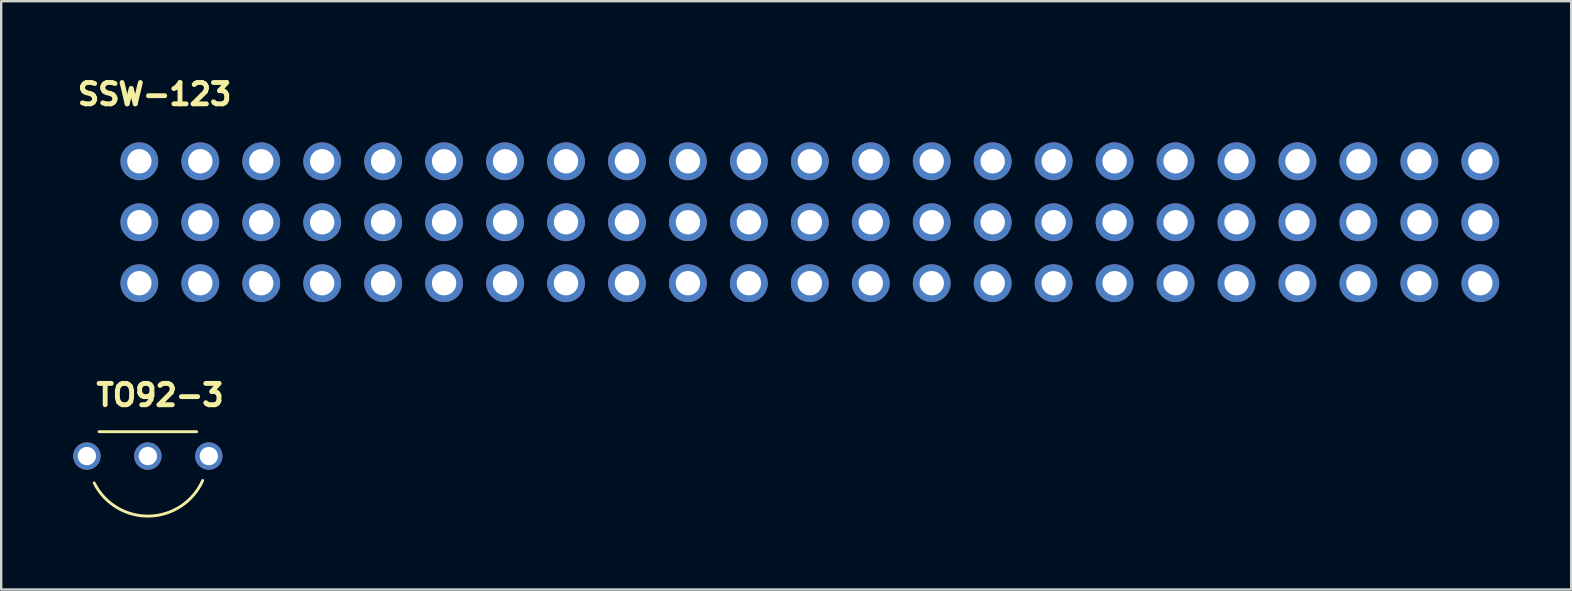
<source format=kicad_pcb>
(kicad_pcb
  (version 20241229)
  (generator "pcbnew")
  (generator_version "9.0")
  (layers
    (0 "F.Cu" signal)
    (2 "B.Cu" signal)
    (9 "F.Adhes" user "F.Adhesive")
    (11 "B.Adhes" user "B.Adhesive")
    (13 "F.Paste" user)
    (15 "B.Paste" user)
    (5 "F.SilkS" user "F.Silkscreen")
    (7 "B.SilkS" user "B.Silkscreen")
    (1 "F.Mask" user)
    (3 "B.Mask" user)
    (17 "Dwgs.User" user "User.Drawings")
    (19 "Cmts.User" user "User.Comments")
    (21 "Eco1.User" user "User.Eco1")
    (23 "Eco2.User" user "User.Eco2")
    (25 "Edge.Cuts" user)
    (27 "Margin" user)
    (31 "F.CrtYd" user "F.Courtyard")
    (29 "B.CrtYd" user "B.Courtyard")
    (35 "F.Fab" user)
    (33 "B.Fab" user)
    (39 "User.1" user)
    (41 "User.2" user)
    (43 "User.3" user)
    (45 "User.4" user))
  (footprint "TO92-3"
    (layer "F.Cu")
    (at 3.111 15.955)
    (property "Reference" "TO92-3" (at 0.508 -2.54 0) (layer "F.SilkS") (effects (font (size 0.889 0.889) (thickness 0.203))))
    (attr through_hole)
    (fp_line (start 2.032 -1.016) (end -2.032 -1.016) (stroke (width 0.12) (type solid)) (layer "F.SilkS"))
    (fp_arc (start 2.285999 1.016) (mid 0.056811 2.500964) (end -2.237507 1.118754) (stroke (width 0.12) (type solid)) (layer "F.SilkS"))
    (pad "1" thru_hole circle (at 2.54 0) (size 1.143 1.143) (drill 0.762) (layers "*.Cu" "*.Mask"))
    (pad "2" thru_hole circle (at 0 0) (size 1.143 1.143) (drill 0.762) (layers "*.Cu" "*.Mask"))
    (pad "3" thru_hole circle (at -2.54 0) (size 1.143 1.143) (drill 0.762) (layers "*.Cu" "*.Mask")))
  (footprint "SSW-123"
    (layer "F.Cu")
    (at 2.756 3.671)
    (property "Reference" "SSW-123" (at 0.635 -2.794 0) (layer "F.SilkS") (effects (font (size 0.889 0.889) (thickness 0.203))))
    (attr through_hole)
    (pad "1" thru_hole circle (at 0 5.08) (size 1.575 1.575) (drill 1.016) (layers "*.Cu" "*.Mask"))
    (pad "2" thru_hole circle (at 2.54 5.08) (size 1.575 1.575) (drill 1.016) (layers "*.Cu" "*.Mask"))
    (pad "3" thru_hole circle (at 5.08 5.08) (size 1.575 1.575) (drill 1.016) (layers "*.Cu" "*.Mask"))
    (pad "4" thru_hole circle (at 7.62 5.08) (size 1.575 1.575) (drill 1.016) (layers "*.Cu" "*.Mask"))
    (pad "5" thru_hole circle (at 10.16 5.08) (size 1.575 1.575) (drill 1.016) (layers "*.Cu" "*.Mask"))
    (pad "6" thru_hole circle (at 12.7 5.08) (size 1.575 1.575) (drill 1.016) (layers "*.Cu" "*.Mask"))
    (pad "7" thru_hole circle (at 15.24 5.08) (size 1.575 1.575) (drill 1.016) (layers "*.Cu" "*.Mask"))
    (pad "8" thru_hole circle (at 17.78 5.08) (size 1.575 1.575) (drill 1.016) (layers "*.Cu" "*.Mask"))
    (pad "9" thru_hole circle (at 20.32 5.08) (size 1.575 1.575) (drill 1.016) (layers "*.Cu" "*.Mask"))
    (pad "10" thru_hole circle (at 22.86 5.08) (size 1.575 1.575) (drill 1.016) (layers "*.Cu" "*.Mask"))
    (pad "11" thru_hole circle (at 25.4 5.08) (size 1.575 1.575) (drill 1.016) (layers "*.Cu" "*.Mask"))
    (pad "12" thru_hole circle (at 27.94 5.08) (size 1.575 1.575) (drill 1.016) (layers "*.Cu" "*.Mask"))
    (pad "13" thru_hole circle (at 30.48 5.08) (size 1.575 1.575) (drill 1.016) (layers "*.Cu" "*.Mask"))
    (pad "14" thru_hole circle (at 33.02 5.08) (size 1.575 1.575) (drill 1.016) (layers "*.Cu" "*.Mask"))
    (pad "15" thru_hole circle (at 35.56 5.08) (size 1.575 1.575) (drill 1.016) (layers "*.Cu" "*.Mask"))
    (pad "16" thru_hole circle (at 38.1 5.08) (size 1.575 1.575) (drill 1.016) (layers "*.Cu" "*.Mask"))
    (pad "17" thru_hole circle (at 40.64 5.08) (size 1.575 1.575) (drill 1.016) (layers "*.Cu" "*.Mask"))
    (pad "18" thru_hole circle (at 43.18 5.08) (size 1.575 1.575) (drill 1.016) (layers "*.Cu" "*.Mask"))
    (pad "19" thru_hole circle (at 45.72 5.08) (size 1.575 1.575) (drill 1.016) (layers "*.Cu" "*.Mask"))
    (pad "20" thru_hole circle (at 48.26 5.08) (size 1.575 1.575) (drill 1.016) (layers "*.Cu" "*.Mask"))
    (pad "21" thru_hole circle (at 50.8 5.08) (size 1.575 1.575) (drill 1.016) (layers "*.Cu" "*.Mask"))
    (pad "22" thru_hole circle (at 53.34 5.08) (size 1.575 1.575) (drill 1.016) (layers "*.Cu" "*.Mask"))
    (pad "23" thru_hole circle (at 55.88 5.08) (size 1.575 1.575) (drill 1.016) (layers "*.Cu" "*.Mask"))
    (pad "24" thru_hole circle (at 0 2.54) (size 1.575 1.575) (drill 1.016) (layers "*.Cu" "*.Mask"))
    (pad "25" thru_hole circle (at 2.54 2.54) (size 1.575 1.575) (drill 1.016) (layers "*.Cu" "*.Mask"))
    (pad "26" thru_hole circle (at 5.08 2.54) (size 1.575 1.575) (drill 1.016) (layers "*.Cu" "*.Mask"))
    (pad "27" thru_hole circle (at 7.62 2.54) (size 1.575 1.575) (drill 1.016) (layers "*.Cu" "*.Mask"))
    (pad "28" thru_hole circle (at 10.16 2.54) (size 1.575 1.575) (drill 1.016) (layers "*.Cu" "*.Mask"))
    (pad "29" thru_hole circle (at 12.7 2.54) (size 1.575 1.575) (drill 1.016) (layers "*.Cu" "*.Mask"))
    (pad "30" thru_hole circle (at 15.24 2.54) (size 1.575 1.575) (drill 1.016) (layers "*.Cu" "*.Mask"))
    (pad "31" thru_hole circle (at 17.78 2.54) (size 1.575 1.575) (drill 1.016) (layers "*.Cu" "*.Mask"))
    (pad "32" thru_hole circle (at 20.32 2.54) (size 1.575 1.575) (drill 1.016) (layers "*.Cu" "*.Mask"))
    (pad "33" thru_hole circle (at 22.86 2.54) (size 1.575 1.575) (drill 1.016) (layers "*.Cu" "*.Mask"))
    (pad "34" thru_hole circle (at 25.4 2.54) (size 1.575 1.575) (drill 1.016) (layers "*.Cu" "*.Mask"))
    (pad "35" thru_hole circle (at 27.94 2.54) (size 1.575 1.575) (drill 1.016) (layers "*.Cu" "*.Mask"))
    (pad "36" thru_hole circle (at 30.48 2.54) (size 1.575 1.575) (drill 1.016) (layers "*.Cu" "*.Mask"))
    (pad "37" thru_hole circle (at 33.02 2.54) (size 1.575 1.575) (drill 1.016) (layers "*.Cu" "*.Mask"))
    (pad "38" thru_hole circle (at 35.56 2.54) (size 1.575 1.575) (drill 1.016) (layers "*.Cu" "*.Mask"))
    (pad "39" thru_hole circle (at 38.1 2.54) (size 1.575 1.575) (drill 1.016) (layers "*.Cu" "*.Mask"))
    (pad "40" thru_hole circle (at 40.64 2.54) (size 1.575 1.575) (drill 1.016) (layers "*.Cu" "*.Mask"))
    (pad "41" thru_hole circle (at 43.18 2.54) (size 1.575 1.575) (drill 1.016) (layers "*.Cu" "*.Mask"))
    (pad "42" thru_hole circle (at 45.72 2.54) (size 1.575 1.575) (drill 1.016) (layers "*.Cu" "*.Mask"))
    (pad "43" thru_hole circle (at 48.26 2.54) (size 1.575 1.575) (drill 1.016) (layers "*.Cu" "*.Mask"))
    (pad "44" thru_hole circle (at 50.8 2.54) (size 1.575 1.575) (drill 1.016) (layers "*.Cu" "*.Mask"))
    (pad "45" thru_hole circle (at 53.34 2.54) (size 1.575 1.575) (drill 1.016) (layers "*.Cu" "*.Mask"))
    (pad "46" thru_hole circle (at 55.88 2.54) (size 1.575 1.575) (drill 1.016) (layers "*.Cu" "*.Mask"))
    (pad "47" thru_hole circle (at 0 0) (size 1.575 1.575) (drill 1.016) (layers "*.Cu" "*.Mask"))
    (pad "48" thru_hole circle (at 2.54 0) (size 1.575 1.575) (drill 1.016) (layers "*.Cu" "*.Mask"))
    (pad "49" thru_hole circle (at 5.08 0) (size 1.575 1.575) (drill 1.016) (layers "*.Cu" "*.Mask"))
    (pad "50" thru_hole circle (at 7.62 0) (size 1.575 1.575) (drill 1.016) (layers "*.Cu" "*.Mask"))
    (pad "51" thru_hole circle (at 10.16 0) (size 1.575 1.575) (drill 1.016) (layers "*.Cu" "*.Mask"))
    (pad "52" thru_hole circle (at 12.7 0) (size 1.575 1.575) (drill 1.016) (layers "*.Cu" "*.Mask"))
    (pad "53" thru_hole circle (at 15.24 0) (size 1.575 1.575) (drill 1.016) (layers "*.Cu" "*.Mask"))
    (pad "54" thru_hole circle (at 17.78 0) (size 1.575 1.575) (drill 1.016) (layers "*.Cu" "*.Mask"))
    (pad "55" thru_hole circle (at 20.32 0) (size 1.575 1.575) (drill 1.016) (layers "*.Cu" "*.Mask"))
    (pad "56" thru_hole circle (at 22.86 0) (size 1.575 1.575) (drill 1.016) (layers "*.Cu" "*.Mask"))
    (pad "57" thru_hole circle (at 25.4 0) (size 1.575 1.575) (drill 1.016) (layers "*.Cu" "*.Mask"))
    (pad "58" thru_hole circle (at 27.94 0) (size 1.575 1.575) (drill 1.016) (layers "*.Cu" "*.Mask"))
    (pad "59" thru_hole circle (at 30.48 0) (size 1.575 1.575) (drill 1.016) (layers "*.Cu" "*.Mask"))
    (pad "60" thru_hole circle (at 33.02 0) (size 1.575 1.575) (drill 1.016) (layers "*.Cu" "*.Mask"))
    (pad "61" thru_hole circle (at 35.56 0) (size 1.575 1.575) (drill 1.016) (layers "*.Cu" "*.Mask"))
    (pad "62" thru_hole circle (at 38.1 0) (size 1.575 1.575) (drill 1.016) (layers "*.Cu" "*.Mask"))
    (pad "63" thru_hole circle (at 40.64 0) (size 1.575 1.575) (drill 1.016) (layers "*.Cu" "*.Mask"))
    (pad "64" thru_hole circle (at 43.18 0) (size 1.575 1.575) (drill 1.016) (layers "*.Cu" "*.Mask"))
    (pad "65" thru_hole circle (at 45.72 0) (size 1.575 1.575) (drill 1.016) (layers "*.Cu" "*.Mask"))
    (pad "66" thru_hole circle (at 48.26 0) (size 1.575 1.575) (drill 1.016) (layers "*.Cu" "*.Mask"))
    (pad "67" thru_hole circle (at 50.8 0) (size 1.575 1.575) (drill 1.016) (layers "*.Cu" "*.Mask"))
    (pad "68" thru_hole circle (at 53.34 0) (size 1.575 1.575) (drill 1.016) (layers "*.Cu" "*.Mask"))
    (pad "69" thru_hole circle (at 55.88 0) (size 1.575 1.575) (drill 1.016) (layers "*.Cu" "*.Mask")))
  (gr_rect
    (start -3 -3)
    (end 62.423 21.516)
    (stroke (width 0.1) (type default))
    (fill no)
    (layer "Edge.Cuts")))
</source>
